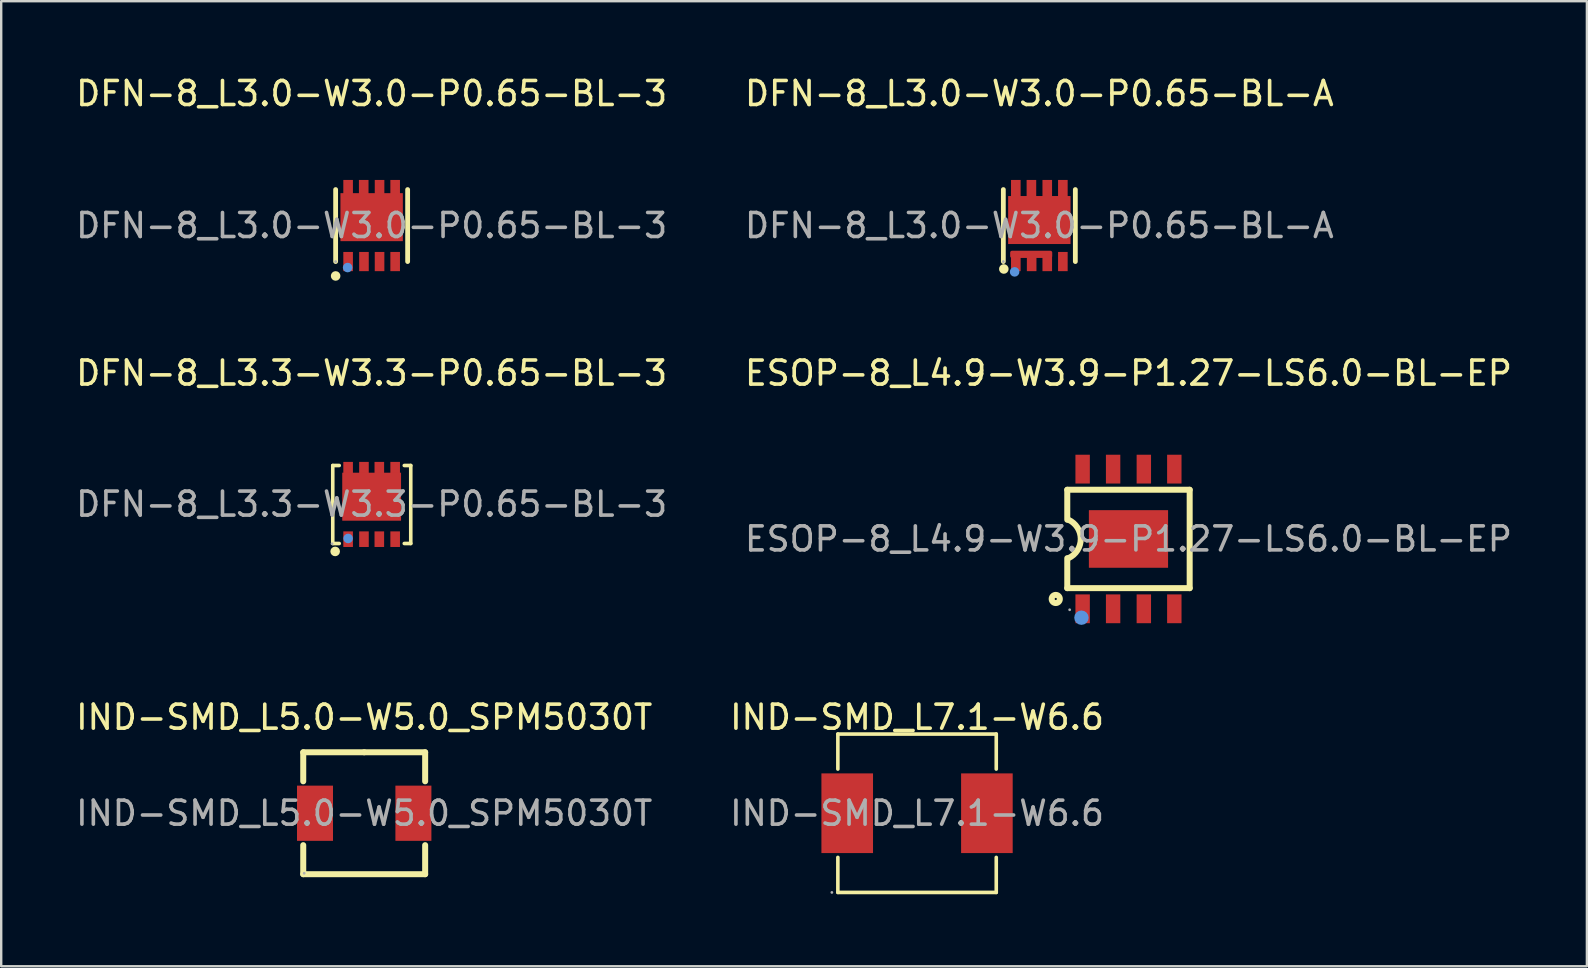
<source format=kicad_pcb>
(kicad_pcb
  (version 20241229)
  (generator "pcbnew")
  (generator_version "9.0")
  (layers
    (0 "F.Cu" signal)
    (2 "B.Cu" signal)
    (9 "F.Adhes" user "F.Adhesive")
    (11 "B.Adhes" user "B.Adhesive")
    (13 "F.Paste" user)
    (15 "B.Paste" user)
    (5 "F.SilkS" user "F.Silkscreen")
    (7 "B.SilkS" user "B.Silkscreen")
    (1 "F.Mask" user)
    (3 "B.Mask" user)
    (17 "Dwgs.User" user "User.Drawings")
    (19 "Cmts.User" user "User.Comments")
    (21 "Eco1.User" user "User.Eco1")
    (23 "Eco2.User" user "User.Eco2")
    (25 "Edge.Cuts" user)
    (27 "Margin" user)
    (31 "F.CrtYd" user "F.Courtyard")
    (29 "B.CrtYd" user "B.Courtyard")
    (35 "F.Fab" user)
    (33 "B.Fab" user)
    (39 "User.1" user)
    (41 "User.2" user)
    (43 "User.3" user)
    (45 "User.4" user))
  (footprint "DFN-8_L3.3-W3.3-P0.65-BL-3"
    (layer "F.Cu")
    (at 12.435 17.956)
    (property "Reference" "DFN-8_L3.3-W3.3-P0.65-BL-3" (at 0 -5.46 0) (layer "F.SilkS") (effects (font (size 1 1) (thickness 0.15))))
    (attr smd)
    (fp_line (start -1.62 -1.61) (end -1.35 -1.61) (stroke (width 0.15) (type solid)) (layer "F.SilkS"))
    (fp_line (start -1.62 1.64) (end -1.62 -1.61) (stroke (width 0.15) (type solid)) (layer "F.SilkS"))
    (fp_line (start -1.35 1.64) (end -1.62 1.64) (stroke (width 0.15) (type solid)) (layer "F.SilkS"))
    (fp_line (start 1.36 -1.61) (end 1.63 -1.61) (stroke (width 0.15) (type solid)) (layer "F.SilkS"))
    (fp_line (start 1.63 -1.61) (end 1.63 1.64) (stroke (width 0.15) (type solid)) (layer "F.SilkS"))
    (fp_line (start 1.63 1.64) (end 1.36 1.64) (stroke (width 0.15) (type solid)) (layer "F.SilkS"))
    (fp_circle (center -1.52 1.97) (end -1.42 1.97) (stroke (width 0.2) (type solid)) (fill no) (layer "F.SilkS"))
    (fp_circle (center -0.98 1.43) (end -0.88 1.43) (stroke (width 0.2) (type solid)) (fill no) (layer "Cmts.User"))
    (fp_circle (center -1.65 1.65) (end -1.62 1.65) (stroke (width 0.06) (type solid)) (fill no) (layer "F.Fab"))
    (fp_text user "${REFERENCE}" (at 0 0 0) (layer "F.Fab") (effects (font (size 1 1) (thickness 0.15))))
    (pad "1" smd rect (at -0.98 1.46) (size 0.4 0.65) (layers "F.Cu" "F.Mask" "F.Paste"))
    (pad "2" smd rect (at -0.32 1.46) (size 0.4 0.65) (layers "F.Cu" "F.Mask" "F.Paste"))
    (pad "3" smd rect (at 0.32 1.46) (size 0.4 0.65) (layers "F.Cu" "F.Mask" "F.Paste"))
    (pad "4" smd rect (at 0.98 1.46) (size 0.4 0.65) (layers "F.Cu" "F.Mask" "F.Paste"))
    (pad "5" smd rect (at 0.98 -1.46) (size 0.4 0.6) (layers "F.Cu" "F.Mask" "F.Paste"))
    (pad "6" smd rect (at 0.32 -1.46) (size 0.4 0.6) (layers "F.Cu" "F.Mask" "F.Paste"))
    (pad "7" smd rect (at -0.32 -1.46) (size 0.4 0.6) (layers "F.Cu" "F.Mask" "F.Paste"))
    (pad "8" smd rect (at -0.98 -1.46) (size 0.4 0.6) (layers "F.Cu" "F.Mask" "F.Paste"))
    (pad "9" smd rect (at 0 -0.31) (size 2.45 2) (layers "F.Cu" "F.Mask" "F.Paste")))
  (footprint "IND-SMD_L5.0-W5.0_SPM5030T"
    (layer "F.Cu")
    (at 12.125 30.835)
    (property "Reference" "IND-SMD_L5.0-W5.0_SPM5030T" (at 0 -4 0) (layer "F.SilkS") (effects (font (size 1 1) (thickness 0.15))))
    (attr smd)
    (fp_line (start -2.54 -2.54) (end 0 -2.54) (stroke (width 0.25) (type solid)) (layer "F.SilkS"))
    (fp_line (start -2.54 -1.33) (end -2.54 -2.54) (stroke (width 0.25) (type solid)) (layer "F.SilkS"))
    (fp_line (start -2.54 2.54) (end -2.54 1.33) (stroke (width 0.25) (type solid)) (layer "F.SilkS"))
    (fp_line (start 0 -2.54) (end 2.54 -2.54) (stroke (width 0.25) (type solid)) (layer "F.SilkS"))
    (fp_line (start 2.54 -2.54) (end 2.54 -1.33) (stroke (width 0.25) (type solid)) (layer "F.SilkS"))
    (fp_line (start 2.54 1.33) (end 2.54 2.54) (stroke (width 0.25) (type solid)) (layer "F.SilkS"))
    (fp_line (start 2.54 2.54) (end -2.54 2.54) (stroke (width 0.25) (type solid)) (layer "F.SilkS"))
    (fp_circle (center -2.5 2.5) (end -2.47 2.5) (stroke (width 0.06) (type solid)) (fill no) (layer "F.Fab"))
    (fp_text user "${REFERENCE}" (at 0 0 0) (layer "F.Fab") (effects (font (size 1 1) (thickness 0.15))))
    (pad "1" smd rect (at -2.05 0) (size 1.5 2.3) (layers "F.Cu" "F.Mask" "F.Paste"))
    (pad "2" smd rect (at 2.05 0) (size 1.5 2.3) (layers "F.Cu" "F.Mask" "F.Paste")))
  (footprint "IND-SMD_L7.1-W6.6"
    (layer "F.Cu")
    (at 35.161 30.835)
    (property "Reference" "IND-SMD_L7.1-W6.6" (at 0 -4 0) (layer "F.SilkS") (effects (font (size 1 1) (thickness 0.15))))
    (attr smd)
    (fp_line (start -3.3 -3.3) (end -3.3 -1.84) (stroke (width 0.15) (type solid)) (layer "F.SilkS"))
    (fp_line (start -3.3 1.84) (end -3.3 3.3) (stroke (width 0.15) (type solid)) (layer "F.SilkS"))
    (fp_line (start -3.3 3.3) (end 3.3 3.3) (stroke (width 0.15) (type solid)) (layer "F.SilkS"))
    (fp_line (start 3.3 -3.3) (end -3.3 -3.3) (stroke (width 0.15) (type solid)) (layer "F.SilkS"))
    (fp_line (start 3.3 -1.84) (end 3.3 -3.3) (stroke (width 0.15) (type solid)) (layer "F.SilkS"))
    (fp_line (start 3.3 3.3) (end 3.3 1.84) (stroke (width 0.15) (type solid)) (layer "F.SilkS"))
    (fp_circle (center -3.55 3.3) (end -3.52 3.3) (stroke (width 0.06) (type solid)) (fill no) (layer "F.Fab"))
    (fp_text user "${REFERENCE}" (at 0 0 0) (layer "F.Fab") (effects (font (size 1 1) (thickness 0.15))))
    (pad "1" smd rect (at -2.91 0) (size 2.15 3.32) (layers "F.Cu" "F.Mask" "F.Paste"))
    (pad "2" smd rect (at 2.91 0) (size 2.15 3.32) (layers "F.Cu" "F.Mask" "F.Paste")))
  (footprint "DFN-8_L3.0-W3.0-P0.65-BL-A"
    (layer "F.Cu")
    (at 40.256 6.348)
    (property "Reference" "DFN-8_L3.0-W3.0-P0.65-BL-A" (at 0 -5.5 0) (layer "F.SilkS") (effects (font (size 1 1) (thickness 0.15))))
    (attr smd)
    (fp_line (start -1.5 -1.5) (end -1.5 1.5) (stroke (width 0.2) (type solid)) (layer "F.SilkS"))
    (fp_line (start 1.5 -1.5) (end 1.5 1.5) (stroke (width 0.2) (type solid)) (layer "F.SilkS"))
    (fp_circle (center -1.48 1.81) (end -1.38 1.81) (stroke (width 0.2) (type solid)) (fill no) (layer "F.SilkS"))
    (fp_circle (center -1.03 1.93) (end -0.93 1.93) (stroke (width 0.2) (type solid)) (fill no) (layer "Cmts.User"))
    (fp_circle (center -1.5 1.5) (end -1.47 1.5) (stroke (width 0.06) (type solid)) (fill no) (layer "F.Fab"))
    (fp_text user "${REFERENCE}" (at 0 0 0) (layer "F.Fab") (effects (font (size 1 1) (thickness 0.15))))
    (pad "0" smd roundrect (at -0.34 1.2) (size 1.75 0.3) (layers "F.Cu" "F.Mask" "F.Paste") (roundrect_rratio 0.25))
    (pad "1" smd rect (at -0.98 1.5 180) (size 0.4 0.8) (layers "F.Cu" "F.Mask" "F.Paste"))
    (pad "2" smd rect (at -0.32 1.5 180) (size 0.4 0.8) (layers "F.Cu" "F.Mask" "F.Paste"))
    (pad "3" smd rect (at 0.33 1.5 180) (size 0.4 0.8) (layers "F.Cu" "F.Mask" "F.Paste"))
    (pad "4" smd rect (at 0.98 1.5 180) (size 0.4 0.8) (layers "F.Cu" "F.Mask" "F.Paste"))
    (pad "5" smd rect (at 0.98 -1.5 180) (size 0.4 0.8) (layers "F.Cu" "F.Mask" "F.Paste"))
    (pad "6" smd rect (at 0.33 -1.5 180) (size 0.4 0.8) (layers "F.Cu" "F.Mask" "F.Paste"))
    (pad "7" smd rect (at -0.33 -1.5 180) (size 0.4 0.8) (layers "F.Cu" "F.Mask" "F.Paste"))
    (pad "8" smd rect (at -0.98 -1.5 180) (size 0.4 0.8) (layers "F.Cu" "F.Mask" "F.Paste"))
    (pad "9" smd rect (at 0 -0.23) (size 2.6 2) (layers "F.Cu" "F.Mask" "F.Paste")))
  (footprint "ESOP-8_L4.9-W3.9-P1.27-LS6.0-BL-EP"
    (layer "F.Cu")
    (at 43.97 19.407)
    (property "Reference" "ESOP-8_L4.9-W3.9-P1.27-LS6.0-BL-EP" (at 0 -6.91 0) (layer "F.SilkS") (effects (font (size 1 1) (thickness 0.15))))
    (attr smd)
    (fp_line (start -2.55 -2.05) (end 2.55 -2.05) (stroke (width 0.25) (type solid)) (layer "F.SilkS"))
    (fp_line (start -2.55 -0.8) (end -2.55 -2.05) (stroke (width 0.25) (type solid)) (layer "F.SilkS"))
    (fp_line (start -2.55 0.8) (end -2.55 2.05) (stroke (width 0.25) (type solid)) (layer "F.SilkS"))
    (fp_line (start 2.55 -2.05) (end 2.55 2.05) (stroke (width 0.25) (type solid)) (layer "F.SilkS"))
    (fp_line (start 2.55 2.05) (end -2.55 2.05) (stroke (width 0.25) (type solid)) (layer "F.SilkS"))
    (fp_arc (start -2.505609 -0.80257) (mid -1.988586 -0.003085) (end -2.5 0.8) (stroke (width 0.25) (type solid)) (layer "F.SilkS"))
    (fp_circle (center -3.03 2.5) (end -2.86 2.5) (stroke (width 0.25) (type solid)) (fill no) (layer "F.SilkS"))
    (fp_circle (center -1.96 3.28) (end -1.81 3.28) (stroke (width 0.3) (type solid)) (fill no) (layer "Cmts.User"))
    (fp_circle (center -2.45 2.95) (end -2.42 2.95) (stroke (width 0.06) (type solid)) (fill no) (layer "F.Fab"))
    (fp_text user "${REFERENCE}" (at 0 0 0) (layer "F.Fab") (effects (font (size 1 1) (thickness 0.15))))
    (pad "1" smd rect (at -1.91 2.91) (size 0.6 1.2) (layers "F.Cu" "F.Mask" "F.Paste"))
    (pad "2" smd rect (at -0.64 2.91) (size 0.6 1.2) (layers "F.Cu" "F.Mask" "F.Paste"))
    (pad "3" smd rect (at 0.64 2.91) (size 0.6 1.2) (layers "F.Cu" "F.Mask" "F.Paste"))
    (pad "4" smd rect (at 1.91 2.91) (size 0.6 1.2) (layers "F.Cu" "F.Mask" "F.Paste"))
    (pad "5" smd rect (at 1.91 -2.91) (size 0.6 1.2) (layers "F.Cu" "F.Mask" "F.Paste"))
    (pad "6" smd rect (at 0.64 -2.91) (size 0.6 1.2) (layers "F.Cu" "F.Mask" "F.Paste"))
    (pad "7" smd rect (at -0.64 -2.91) (size 0.6 1.2) (layers "F.Cu" "F.Mask" "F.Paste"))
    (pad "8" smd rect (at -1.91 -2.91) (size 0.6 1.2) (layers "F.Cu" "F.Mask" "F.Paste"))
    (pad "9" smd rect (at 0 0 180) (size 3.3 2.4) (layers "F.Cu" "F.Mask" "F.Paste")))
  (footprint "DFN-8_L3.0-W3.0-P0.65-BL-3"
    (layer "F.Cu")
    (at 12.435 6.348)
    (property "Reference" "DFN-8_L3.0-W3.0-P0.65-BL-3" (at 0 -5.5 0) (layer "F.SilkS") (effects (font (size 1 1) (thickness 0.15))))
    (attr smd)
    (fp_line (start -1.5 -1.5) (end -1.5 1.5) (stroke (width 0.2) (type solid)) (layer "F.SilkS"))
    (fp_line (start 1.5 -1.5) (end 1.5 1.5) (stroke (width 0.2) (type solid)) (layer "F.SilkS"))
    (fp_circle (center -1.5 2.1) (end -1.4 2.1) (stroke (width 0.2) (type solid)) (fill no) (layer "F.SilkS"))
    (fp_circle (center -1 1.75) (end -0.9 1.75) (stroke (width 0.2) (type solid)) (fill no) (layer "Cmts.User"))
    (fp_circle (center -1.5 1.5) (end -1.47 1.5) (stroke (width 0.06) (type solid)) (fill no) (layer "F.Fab"))
    (fp_text user "${REFERENCE}" (at 0 0 0) (layer "F.Fab") (effects (font (size 1 1) (thickness 0.15))))
    (pad "1" smd rect (at -0.98 1.5 180) (size 0.4 0.8) (layers "F.Cu" "F.Mask" "F.Paste"))
    (pad "2" smd rect (at -0.32 1.5 180) (size 0.4 0.8) (layers "F.Cu" "F.Mask" "F.Paste"))
    (pad "3" smd rect (at 0.33 1.5 180) (size 0.4 0.8) (layers "F.Cu" "F.Mask" "F.Paste"))
    (pad "4" smd rect (at 0.98 1.5 180) (size 0.4 0.8) (layers "F.Cu" "F.Mask" "F.Paste"))
    (pad "5" smd rect (at 0.98 -1.5 180) (size 0.4 0.8) (layers "F.Cu" "F.Mask" "F.Paste"))
    (pad "6" smd rect (at 0.33 -1.5 180) (size 0.4 0.8) (layers "F.Cu" "F.Mask" "F.Paste"))
    (pad "7" smd rect (at -0.33 -1.5 180) (size 0.4 0.8) (layers "F.Cu" "F.Mask" "F.Paste"))
    (pad "8" smd rect (at -0.98 -1.5 180) (size 0.4 0.8) (layers "F.Cu" "F.Mask" "F.Paste"))
    (pad "9" smd rect (at 0 -0.35) (size 2.6 2) (layers "F.Cu" "F.Mask" "F.Paste")))
  (gr_rect
    (start -3 -3)
    (end 63.071 37.21)
    (stroke (width 0.1) (type default))
    (fill no)
    (layer "Edge.Cuts")))
</source>
